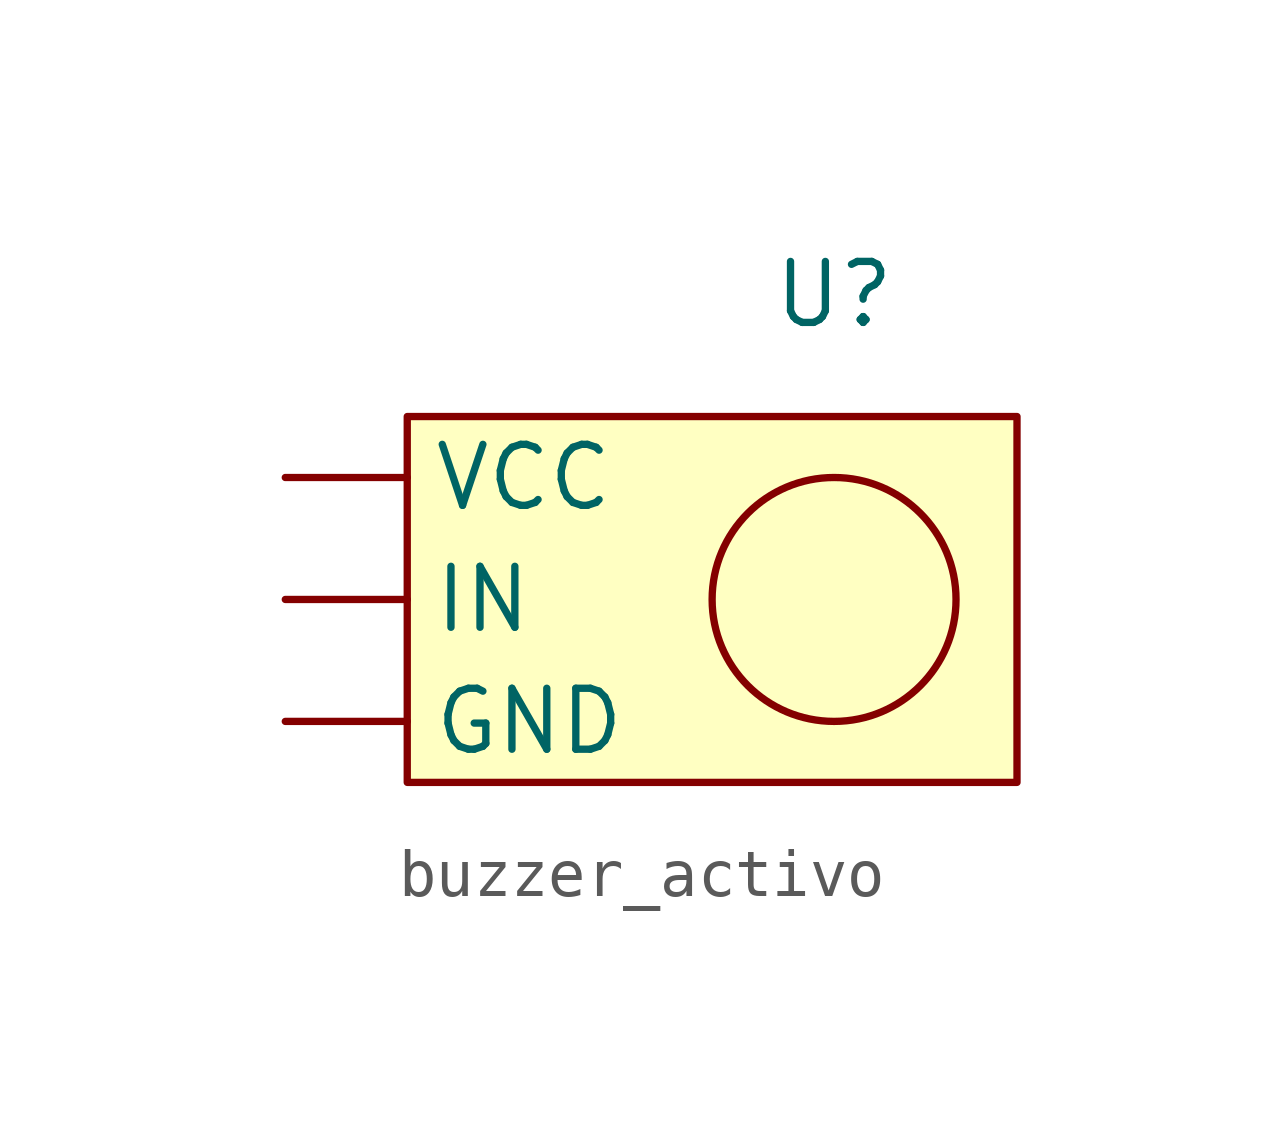
<source format=kicad_sym>
(kicad_symbol_lib
  (version 20220914)
  (generator kicad_symbol_editor)
  (symbol "buzzer_activo"
    (property "Reference" "U"
      (at 2.54 6.35 0)
      (effects (font (size 1.27 1.27))))
    (property "Value" ""
      (at 0 0 0)
      (effects (font (size 1.27 1.27))))
    (symbol "buzzer_activo_0_1"
      (circle (center 2.54 0) (radius 2.54) (stroke (width 0) (type default)) (fill (type none))))
    (symbol "buzzer_activo_1_1"
      (rectangle (start -6.35 3.81) (end 6.35 -3.81) (stroke (width 0) (type default)) (fill (type background)))
      (pin input line (at -8.89 -2.54 0) (length 2.54) (name "GND" (effects (font (size 1.27 1.27)))) (number "" (effects (font (size 1.27 1.27)))))
      (pin input line (at -8.89 0 0) (length 2.54) (name "IN" (effects (font (size 1.27 1.27)))) (number "" (effects (font (size 1.27 1.27)))))
      (pin input line (at -8.89 2.54 0) (length 2.54) (name "VCC" (effects (font (size 1.27 1.27)))) (number "" (effects (font (size 1.27 1.27))))))))
</source>
